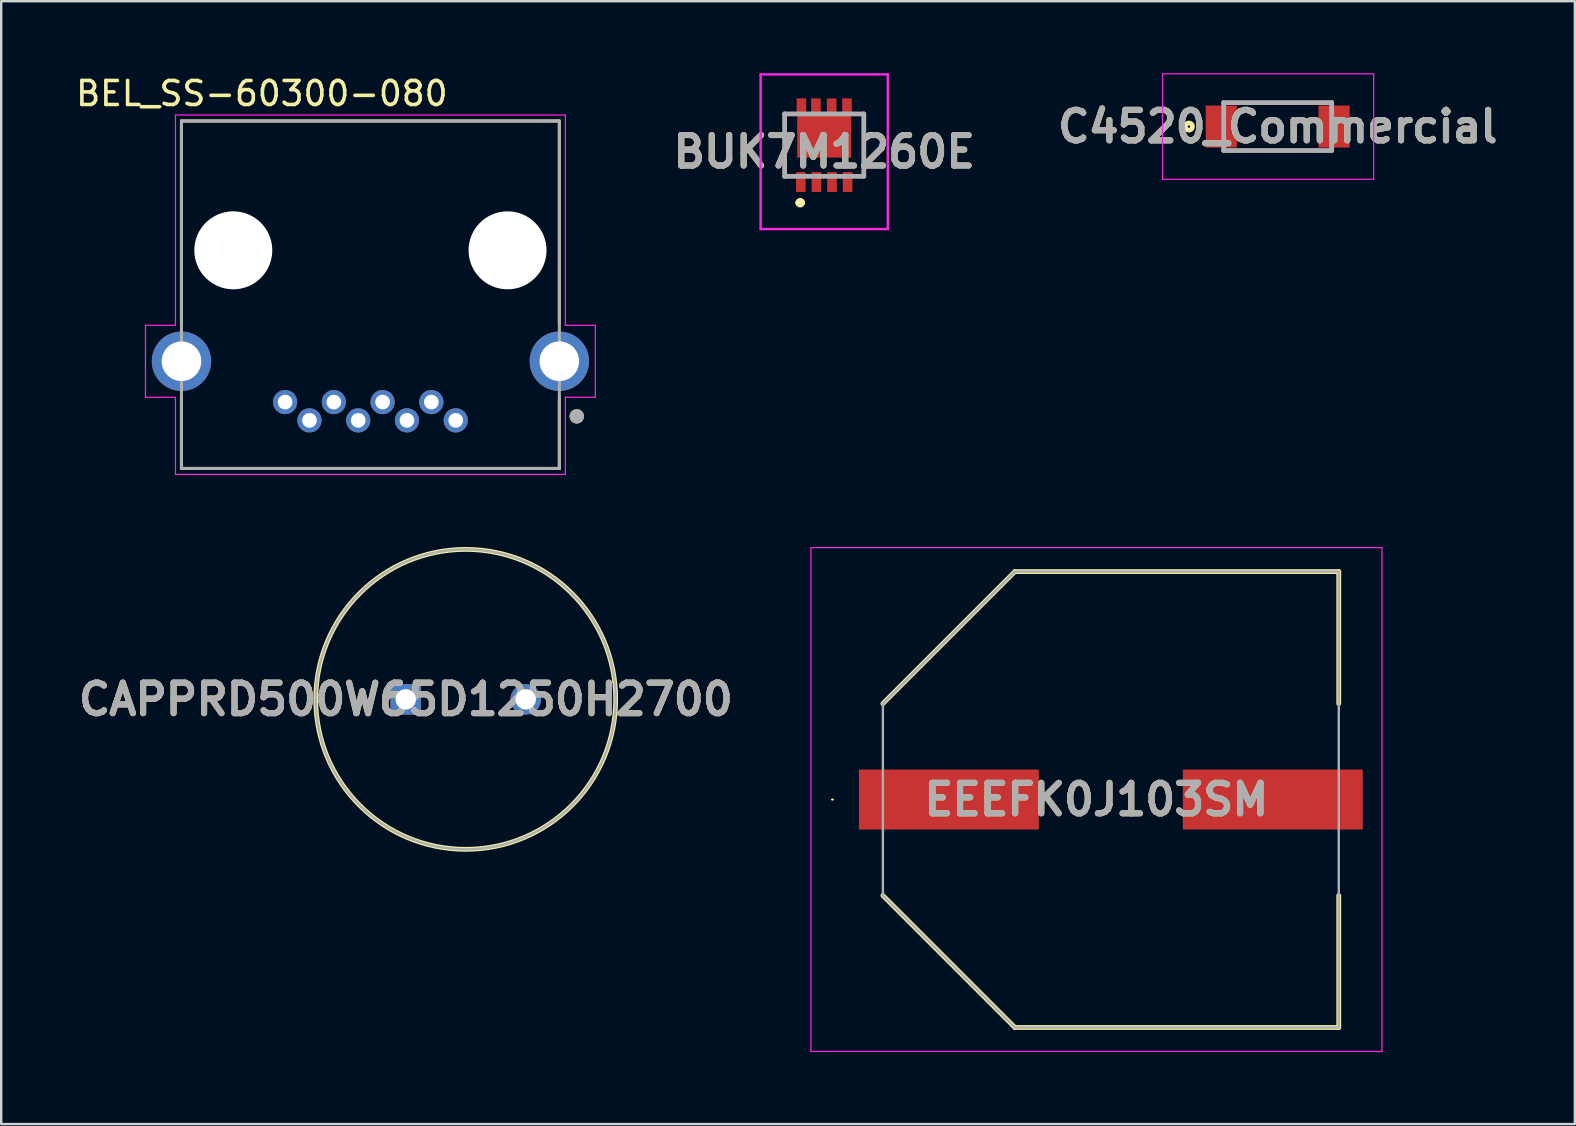
<source format=kicad_pcb>
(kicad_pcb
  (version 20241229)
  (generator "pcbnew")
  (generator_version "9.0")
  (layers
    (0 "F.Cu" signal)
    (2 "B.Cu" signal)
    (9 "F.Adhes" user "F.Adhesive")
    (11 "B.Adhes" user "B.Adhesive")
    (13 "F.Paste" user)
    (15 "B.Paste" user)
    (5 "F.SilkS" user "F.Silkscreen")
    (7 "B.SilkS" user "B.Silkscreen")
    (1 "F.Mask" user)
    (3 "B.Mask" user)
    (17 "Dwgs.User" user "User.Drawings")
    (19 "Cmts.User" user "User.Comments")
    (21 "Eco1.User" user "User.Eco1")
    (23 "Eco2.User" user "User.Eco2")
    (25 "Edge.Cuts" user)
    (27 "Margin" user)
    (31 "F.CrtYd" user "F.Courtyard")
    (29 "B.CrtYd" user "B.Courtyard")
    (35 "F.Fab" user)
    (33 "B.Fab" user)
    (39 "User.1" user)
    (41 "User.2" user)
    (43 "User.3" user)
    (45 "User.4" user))
  (footprint "BUK7M1260E"
    (layer "F.Cu")
    (at 31.301 3.429)
    (property "Reference" "BUK7M1260E" (at 0 -0.155 0) (layer "F.SilkS") (effects (font (size 1.27 1.27) (thickness 0.254))))
    (attr smd)
    (fp_line (start -1.65 -1.731) (end -1.65 0.869) (stroke (width 0.1) (type solid)) (layer "F.SilkS"))
    (fp_line (start -1.65 0.869) (end -1.5 0.869) (stroke (width 0.1) (type solid)) (layer "F.SilkS"))
    (fp_line (start -1.5 -1.731) (end -1.65 -1.731) (stroke (width 0.1) (type solid)) (layer "F.SilkS"))
    (fp_line (start -1.1 1.969) (end -1.1 1.969) (stroke (width 0.2) (type solid)) (layer "F.SilkS"))
    (fp_line (start -0.9 1.969) (end -0.9 1.969) (stroke (width 0.2) (type solid)) (layer "F.SilkS"))
    (fp_line (start 1.5 0.869) (end 1.65 0.869) (stroke (width 0.1) (type solid)) (layer "F.SilkS"))
    (fp_line (start 1.65 -1.731) (end 1.5 -1.731) (stroke (width 0.1) (type solid)) (layer "F.SilkS"))
    (fp_line (start 1.65 0.869) (end 1.65 -1.731) (stroke (width 0.1) (type solid)) (layer "F.SilkS"))
    (fp_arc (start -1.1 1.969) (mid -1 1.869) (end -0.9 1.969) (stroke (width 0.2) (type solid)) (layer "F.SilkS"))
    (fp_arc (start -0.9 1.969) (mid -1 2.069) (end -1.1 1.969) (stroke (width 0.2) (type solid)) (layer "F.SilkS"))
    (fp_line (start -2.65 -3.379) (end 2.65 -3.379) (stroke (width 0.1) (type solid)) (layer "F.CrtYd"))
    (fp_line (start -2.65 3.069) (end -2.65 -3.379) (stroke (width 0.1) (type solid)) (layer "F.CrtYd"))
    (fp_line (start 2.65 -3.379) (end 2.65 3.069) (stroke (width 0.1) (type solid)) (layer "F.CrtYd"))
    (fp_line (start 2.65 3.069) (end -2.65 3.069) (stroke (width 0.1) (type solid)) (layer "F.CrtYd"))
    (fp_line (start -1.65 -1.731) (end 1.65 -1.731) (stroke (width 0.2) (type solid)) (layer "F.Fab"))
    (fp_line (start -1.65 0.869) (end -1.65 -1.731) (stroke (width 0.2) (type solid)) (layer "F.Fab"))
    (fp_line (start 1.65 -1.731) (end 1.65 0.869) (stroke (width 0.2) (type solid)) (layer "F.Fab"))
    (fp_line (start 1.65 0.869) (end -1.65 0.869) (stroke (width 0.2) (type solid)) (layer "F.Fab"))
    (fp_text user "${REFERENCE}" (at 0 -0.155 0) (layer "F.Fab") (effects (font (size 1.27 1.27) (thickness 0.254))))
    (pad "1" smd rect (at -0.975 1.106) (size 0.4 0.83) (layers "F.Cu" "F.Mask" "F.Paste"))
    (pad "2" smd rect (at -0.325 1.106) (size 0.4 0.83) (layers "F.Cu" "F.Mask" "F.Paste"))
    (pad "3" smd rect (at 0.325 1.106) (size 0.4 0.83) (layers "F.Cu" "F.Mask" "F.Paste"))
    (pad "4" smd rect (at 0.975 1.106) (size 0.4 0.83) (layers "F.Cu" "F.Mask" "F.Paste"))
    (pad "5" smd rect (at 0 -0.834 90) (size 1.85 2.25) (layers "F.Cu" "F.Mask" "F.Paste"))
    (pad "6" smd rect (at 0.95 -2.069) (size 0.4 0.62) (layers "F.Cu" "F.Mask" "F.Paste"))
    (pad "7" smd rect (at 0.312 -2.069) (size 0.4 0.62) (layers "F.Cu" "F.Mask" "F.Paste"))
    (pad "8" smd rect (at -0.345 -2.069) (size 0.4 0.62) (layers "F.Cu" "F.Mask" "F.Paste"))
    (pad "9" smd rect (at -0.95 -2.069) (size 0.4 0.62) (layers "F.Cu" "F.Mask" "F.Paste")))
  (footprint "CAPPRD500W65D1250H2700"
    (layer "F.Cu")
    (at 13.861 26.098)
    (property "Reference" "CAPPRD500W65D1250H2700" (at 0 0 0) (layer "F.SilkS") (effects (font (size 1.27 1.27) (thickness 0.254))))
    (attr through_hole)
    (fp_circle (center 2.5 0) (end 2.5 6.25) (stroke (width 0.2) (type solid)) (fill no) (layer "F.SilkS"))
    (fp_circle (center 2.5 0) (end 2.5 6.25) (stroke (width 0.1) (type solid)) (fill no) (layer "F.Fab"))
    (fp_text user "${REFERENCE}" (at 0 0 0) (layer "F.Fab") (effects (font (size 1.27 1.27) (thickness 0.254))))
    (pad "1" thru_hole rect (at 0 0) (size 1.275 1.275) (drill 0.85) (layers "*.Cu" "*.Mask"))
    (pad "2" thru_hole circle (at 5 0) (size 1.275 1.275) (drill 0.85) (layers "*.Cu" "*.Mask")))
  (footprint "BEL_SS-60300-080"
    (layer "F.Cu")
    (at 12.388 7.383)
    (property "Reference" "BEL_SS-60300-080" (at -4.525 -6.535 0) (layer "F.SilkS") (effects (font (size 1 1) (thickness 0.15))))
    (attr through_hole)
    (fp_line (start -7.875 -5.39) (end 7.875 -5.39) (stroke (width 0.127) (type solid)) (layer "F.SilkS"))
    (fp_line (start -7.875 3.055) (end -7.875 -5.39) (stroke (width 0.127) (type solid)) (layer "F.SilkS"))
    (fp_line (start -7.875 6.195) (end -7.875 9.09) (stroke (width 0.127) (type solid)) (layer "F.SilkS"))
    (fp_line (start -7.875 9.09) (end 7.875 9.09) (stroke (width 0.127) (type solid)) (layer "F.SilkS"))
    (fp_line (start 7.875 -5.39) (end 7.875 3.055) (stroke (width 0.127) (type solid)) (layer "F.SilkS"))
    (fp_line (start 7.875 9.09) (end 7.875 6.195) (stroke (width 0.127) (type solid)) (layer "F.SilkS"))
    (fp_circle (center 8.6 6.92) (end 8.75 6.92) (stroke (width 0.3) (type solid)) (fill no) (layer "F.SilkS"))
    (fp_line (start -9.375 3.125) (end -8.125 3.125) (stroke (width 0.05) (type solid)) (layer "F.CrtYd"))
    (fp_line (start -9.375 6.125) (end -9.375 3.125) (stroke (width 0.05) (type solid)) (layer "F.CrtYd"))
    (fp_line (start -8.125 -5.64) (end 8.125 -5.64) (stroke (width 0.05) (type solid)) (layer "F.CrtYd"))
    (fp_line (start -8.125 3.125) (end -8.125 -5.64) (stroke (width 0.05) (type solid)) (layer "F.CrtYd"))
    (fp_line (start -8.125 6.125) (end -9.375 6.125) (stroke (width 0.05) (type solid)) (layer "F.CrtYd"))
    (fp_line (start -8.125 9.34) (end -8.125 6.125) (stroke (width 0.05) (type solid)) (layer "F.CrtYd"))
    (fp_line (start 8.125 -5.64) (end 8.125 3.125) (stroke (width 0.05) (type solid)) (layer "F.CrtYd"))
    (fp_line (start 8.125 3.125) (end 9.375 3.125) (stroke (width 0.05) (type solid)) (layer "F.CrtYd"))
    (fp_line (start 8.125 6.125) (end 8.125 9.34) (stroke (width 0.05) (type solid)) (layer "F.CrtYd"))
    (fp_line (start 8.125 9.34) (end -8.125 9.34) (stroke (width 0.05) (type solid)) (layer "F.CrtYd"))
    (fp_line (start 9.375 3.125) (end 9.375 6.125) (stroke (width 0.05) (type solid)) (layer "F.CrtYd"))
    (fp_line (start 9.375 6.125) (end 8.125 6.125) (stroke (width 0.05) (type solid)) (layer "F.CrtYd"))
    (fp_line (start -7.875 -5.39) (end 7.875 -5.39) (stroke (width 0.127) (type solid)) (layer "F.Fab"))
    (fp_line (start -7.875 9.09) (end -7.875 -5.39) (stroke (width 0.127) (type solid)) (layer "F.Fab"))
    (fp_line (start 7.875 -5.39) (end 7.875 9.09) (stroke (width 0.127) (type solid)) (layer "F.Fab"))
    (fp_line (start 7.875 9.09) (end -7.875 9.09) (stroke (width 0.127) (type solid)) (layer "F.Fab"))
    (fp_circle (center 8.6 6.92) (end 8.75 6.92) (stroke (width 0.3) (type solid)) (fill no) (layer "F.Fab"))
    (pad "" np_thru_hole circle (at -5.715 0) (size 3.25 3.25) (drill 3.25) (layers "*.Cu" "*.Mask"))
    (pad "" np_thru_hole circle (at 5.715 0) (size 3.25 3.25) (drill 3.25) (layers "*.Cu" "*.Mask"))
    (pad "1" thru_hole circle (at 2.54 6.325) (size 1.01 1.01) (drill 0.61) (layers "*.Cu" "*.Mask"))
    (pad "2" thru_hole circle (at 3.556 7.087) (size 1.01 1.01) (drill 0.61) (layers "*.Cu" "*.Mask"))
    (pad "3" thru_hole circle (at 1.524 7.087) (size 1.01 1.01) (drill 0.61) (layers "*.Cu" "*.Mask"))
    (pad "4" thru_hole circle (at -0.508 7.087) (size 1.01 1.01) (drill 0.61) (layers "*.Cu" "*.Mask"))
    (pad "5" thru_hole circle (at 0.508 6.325) (size 1.01 1.01) (drill 0.61) (layers "*.Cu" "*.Mask"))
    (pad "6" thru_hole circle (at -1.524 6.325) (size 1.01 1.01) (drill 0.61) (layers "*.Cu" "*.Mask"))
    (pad "7" thru_hole circle (at -3.556 6.325) (size 1.01 1.01) (drill 0.61) (layers "*.Cu" "*.Mask"))
    (pad "8" thru_hole circle (at -2.54 7.087) (size 1.01 1.01) (drill 0.61) (layers "*.Cu" "*.Mask"))
    (pad "S1" thru_hole circle (at -7.874 4.623) (size 2.475 2.475) (drill 1.65) (layers "*.Cu" "*.Mask"))
    (pad "S2" thru_hole circle (at 7.874 4.623) (size 2.475 2.475) (drill 1.65) (layers "*.Cu" "*.Mask")))
  (footprint "C4520_Commercial"
    (layer "F.Cu")
    (at 50.201 2.225)
    (property "Reference" "C4520_Commercial" (at 0 0 0) (layer "F.SilkS") (effects (font (size 1.27 1.27) (thickness 0.254))))
    (attr smd)
    (fp_circle (center -3.7 0) (end -3.7 0.05) (stroke (width 0.2) (type solid)) (fill no) (layer "F.SilkS"))
    (fp_line (start -4.8 -2.2) (end 4 -2.2) (stroke (width 0.05) (type solid)) (layer "F.CrtYd"))
    (fp_line (start -4.8 2.2) (end -4.8 -2.2) (stroke (width 0.05) (type solid)) (layer "F.CrtYd"))
    (fp_line (start 4 -2.2) (end 4 2.2) (stroke (width 0.05) (type solid)) (layer "F.CrtYd"))
    (fp_line (start 4 2.2) (end -4.8 2.2) (stroke (width 0.05) (type solid)) (layer "F.CrtYd"))
    (fp_line (start -2.25 -1) (end 2.25 -1) (stroke (width 0.2) (type solid)) (layer "F.Fab"))
    (fp_line (start -2.25 1) (end -2.25 -1) (stroke (width 0.2) (type solid)) (layer "F.Fab"))
    (fp_line (start 2.25 -1) (end 2.25 1) (stroke (width 0.2) (type solid)) (layer "F.Fab"))
    (fp_line (start 2.25 1) (end -2.25 1) (stroke (width 0.2) (type solid)) (layer "F.Fab"))
    (fp_text user "${REFERENCE}" (at 0 0 0) (layer "F.Fab") (effects (font (size 1.27 1.27) (thickness 0.254))))
    (pad "1" smd rect (at -2.35 0) (size 1.3 1.75) (layers "F.Cu" "F.Mask" "F.Paste"))
    (pad "2" smd rect (at 2.35 0) (size 1.3 1.75) (layers "F.Cu" "F.Mask" "F.Paste")))
  (footprint "EEEFK0J103SM"
    (layer "F.Cu")
    (at 43.247 30.273)
    (property "Reference" "EEEFK0J103SM" (at -0.6 0 0) (layer "F.SilkS") (effects (font (size 1.27 1.27) (thickness 0.254))))
    (attr smd)
    (fp_line (start -11.625 0) (end -11.625 0) (stroke (width 0.05) (type solid)) (layer "F.SilkS"))
    (fp_line (start -11.575 0) (end -11.575 0) (stroke (width 0.05) (type solid)) (layer "F.SilkS"))
    (fp_line (start -9.5 -4) (end -4 -9.5) (stroke (width 0.2) (type solid)) (layer "F.SilkS"))
    (fp_line (start -9.5 4) (end -4 9.5) (stroke (width 0.2) (type solid)) (layer "F.SilkS"))
    (fp_line (start -4 -9.5) (end 9.5 -9.5) (stroke (width 0.2) (type solid)) (layer "F.SilkS"))
    (fp_line (start -4 9.5) (end 9.5 9.5) (stroke (width 0.2) (type solid)) (layer "F.SilkS"))
    (fp_line (start 9.5 -9.5) (end 9.5 -4) (stroke (width 0.2) (type solid)) (layer "F.SilkS"))
    (fp_line (start 9.5 9.5) (end 9.5 4) (stroke (width 0.2) (type solid)) (layer "F.SilkS"))
    (fp_arc (start -11.625 0) (mid -11.6 -0.025) (end -11.575 0) (stroke (width 0.05) (type solid)) (layer "F.SilkS"))
    (fp_arc (start -11.575 0) (mid -11.6 0.025) (end -11.625 0) (stroke (width 0.05) (type solid)) (layer "F.SilkS"))
    (fp_line (start -12.5 -10.5) (end 11.3 -10.5) (stroke (width 0.05) (type solid)) (layer "F.CrtYd"))
    (fp_line (start -12.5 10.5) (end -12.5 -10.5) (stroke (width 0.05) (type solid)) (layer "F.CrtYd"))
    (fp_line (start 11.3 -10.5) (end 11.3 10.5) (stroke (width 0.05) (type solid)) (layer "F.CrtYd"))
    (fp_line (start 11.3 10.5) (end -12.5 10.5) (stroke (width 0.05) (type solid)) (layer "F.CrtYd"))
    (fp_line (start -9.5 -4) (end -4 -9.5) (stroke (width 0.1) (type solid)) (layer "F.Fab"))
    (fp_line (start -9.5 -4) (end -4 -9.5) (stroke (width 0.1) (type solid)) (layer "F.Fab"))
    (fp_line (start -9.5 4) (end -9.5 -4) (stroke (width 0.1) (type solid)) (layer "F.Fab"))
    (fp_line (start -4 -9.5) (end 9.5 -9.5) (stroke (width 0.1) (type solid)) (layer "F.Fab"))
    (fp_line (start -4 9.5) (end -9.5 4) (stroke (width 0.1) (type solid)) (layer "F.Fab"))
    (fp_line (start 9.5 -9.5) (end 9.5 9.5) (stroke (width 0.1) (type solid)) (layer "F.Fab"))
    (fp_line (start 9.5 9.5) (end -4 9.5) (stroke (width 0.1) (type solid)) (layer "F.Fab"))
    (fp_text user "${REFERENCE}" (at -0.6 0 0) (layer "F.Fab") (effects (font (size 1.27 1.27) (thickness 0.254))))
    (pad "1" smd rect (at -6.75 0 90) (size 2.5 7.5) (layers "F.Cu" "F.Mask" "F.Paste"))
    (pad "2" smd rect (at 6.75 0 90) (size 2.5 7.5) (layers "F.Cu" "F.Mask" "F.Paste")))
  (gr_rect
    (start -3 -3)
    (end 62.586 43.798)
    (stroke (width 0.1) (type default))
    (fill no)
    (layer "Edge.Cuts")))
</source>
